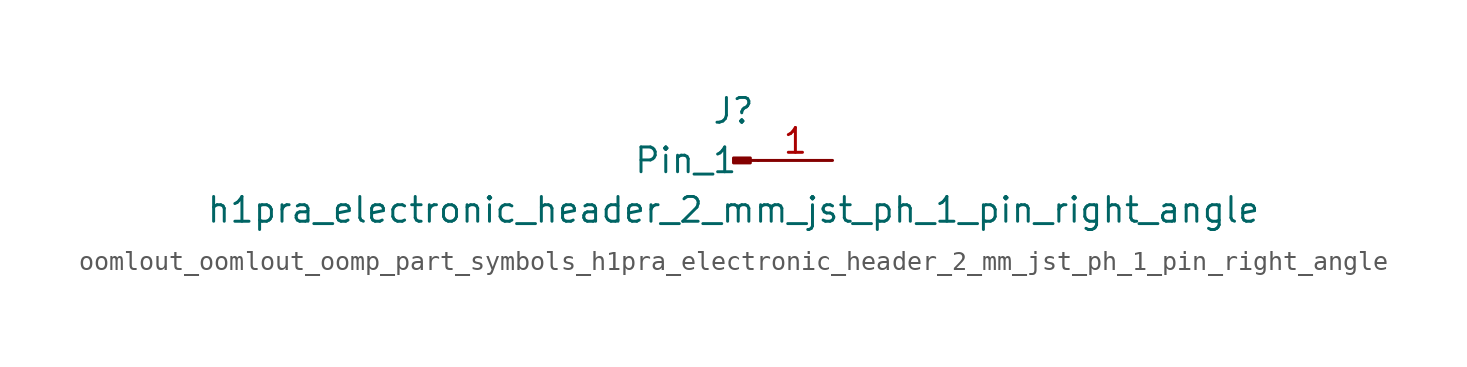
<source format=kicad_sym>
(kicad_symbol_lib
  (version 20220914)
  (generator kicad_symbol_editor)
  (symbol "oomlout_oomlout_oomp_part_symbols_h1pra_electronic_header_2_mm_jst_ph_1_pin_right_angle"
    (pin_names
      (offset 1.016))
    (property "Reference" "J"
      (at 0 2.54 0)
      (effects (font (size 1.27 1.27))))
    (property "Value" "h1pra_electronic_header_2_mm_jst_ph_1_pin_right_angle"
      (at 0 -2.54 0)
      (effects (font (size 1.27 1.27))))
    (property "ki_locked" ""
      (at 0 0 0)
      (effects (font (size 1.27 1.27))))
    (symbol "oomlout_oomlout_oomp_part_symbols_h1pra_electronic_header_2_mm_jst_ph_1_pin_right_angle_1_1"
      (polyline (pts (xy 1.27 0) (xy 0.864 0)) (stroke (width 0.152) (type default)) (fill (type none)))
      (rectangle (start 0.864 0.127) (end 0 -0.127) (stroke (width 0.152) (type default)) (fill (type outline)))
      (pin passive line (at 5.08 0 180) (length 3.81) (name "Pin_1" (effects (font (size 1.27 1.27)))) (number "1" (effects (font (size 1.27 1.27))))))))
</source>
